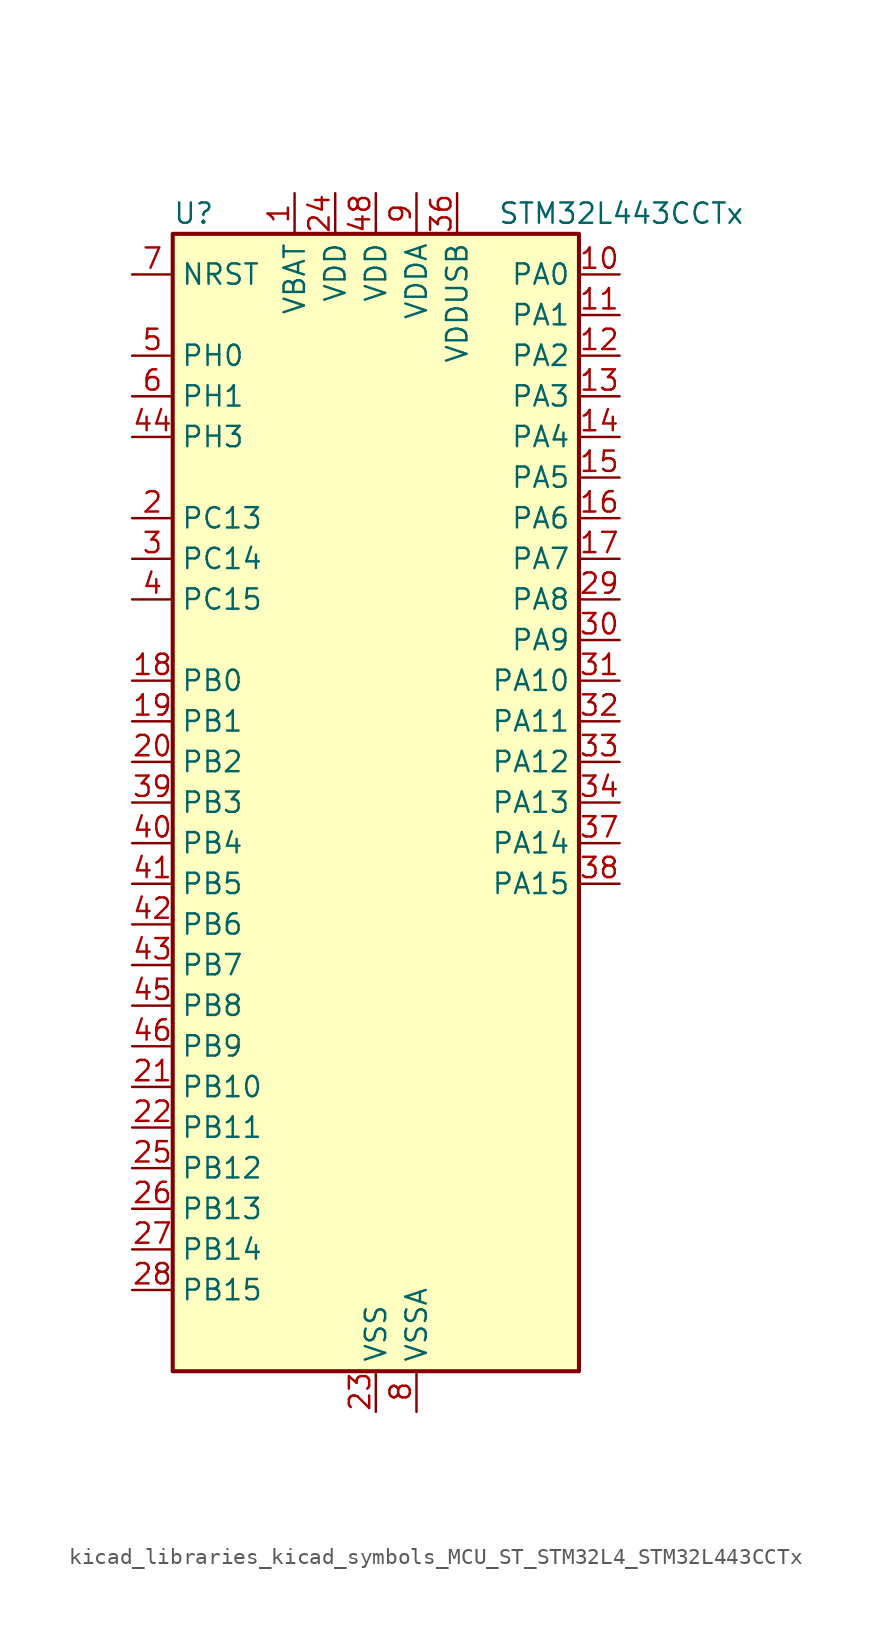
<source format=kicad_sym>
(kicad_symbol_lib
  (version 20220914)
  (generator kicad_symbol_editor)
  (symbol "kicad_libraries_kicad_symbols_MCU_ST_STM32L4_STM32L443CCTx"
    (property "Reference" "U"
      (at -12.7 36.83 0)
      (effects (font (size 1.27 1.27)) (justify left)))
    (property "Value" "STM32L443CCTx"
      (at 7.62 36.83 0)
      (effects (font (size 1.27 1.27)) (justify left)))
    (property "ki_locked" ""
      (at 0 0 0)
      (effects (font (size 1.27 1.27))))
    (symbol "kicad_libraries_kicad_symbols_MCU_ST_STM32L4_STM32L443CCTx_0_1"
      (rectangle (start -12.7 -35.56) (end 12.7 35.56) (stroke (width 0.254) (type default)) (fill (type background))))
    (symbol "kicad_libraries_kicad_symbols_MCU_ST_STM32L4_STM32L443CCTx_1_1"
      (pin power_in line (at -5.08 38.1 270) (length 2.54) (name "VBAT" (effects (font (size 1.27 1.27)))) (number "1" (effects (font (size 1.27 1.27)))))
      (pin bidirectional line (at 15.24 33.02 180) (length 2.54) (name "PA0" (effects (font (size 1.27 1.27)))) (number "10" (effects (font (size 1.27 1.27)))) (alternate "ADC1_IN5" bidirectional line) (alternate "COMP1_INM" bidirectional line) (alternate "COMP1_OUT" bidirectional line) (alternate "OPAMP1_VINP" bidirectional line) (alternate "RTC_TAMP2" bidirectional line) (alternate "SAI1_EXTCLK" bidirectional line) (alternate "SYS_WKUP1" bidirectional line) (alternate "TIM2_CH1" bidirectional line) (alternate "TIM2_ETR" bidirectional line) (alternate "USART2_CTS" bidirectional line))
      (pin bidirectional line (at 15.24 30.48 180) (length 2.54) (name "PA1" (effects (font (size 1.27 1.27)))) (number "11" (effects (font (size 1.27 1.27)))) (alternate "ADC1_IN6" bidirectional line) (alternate "COMP1_INP" bidirectional line) (alternate "I2C1_SMBA" bidirectional line) (alternate "LCD_SEG0" bidirectional line) (alternate "OPAMP1_VINM" bidirectional line) (alternate "SPI1_SCK" bidirectional line) (alternate "TIM15_CH1N" bidirectional line) (alternate "TIM2_CH2" bidirectional line) (alternate "USART2_DE" bidirectional line) (alternate "USART2_RTS" bidirectional line))
      (pin bidirectional line (at 15.24 27.94 180) (length 2.54) (name "PA2" (effects (font (size 1.27 1.27)))) (number "12" (effects (font (size 1.27 1.27)))) (alternate "ADC1_IN7" bidirectional line) (alternate "COMP2_INM" bidirectional line) (alternate "COMP2_OUT" bidirectional line) (alternate "LCD_SEG1" bidirectional line) (alternate "LPUART1_TX" bidirectional line) (alternate "QUADSPI_BK1_NCS" bidirectional line) (alternate "RCC_LSCO" bidirectional line) (alternate "SYS_WKUP4" bidirectional line) (alternate "TIM15_CH1" bidirectional line) (alternate "TIM2_CH3" bidirectional line) (alternate "USART2_TX" bidirectional line))
      (pin bidirectional line (at 15.24 25.4 180) (length 2.54) (name "PA3" (effects (font (size 1.27 1.27)))) (number "13" (effects (font (size 1.27 1.27)))) (alternate "ADC1_IN8" bidirectional line) (alternate "COMP2_INP" bidirectional line) (alternate "LCD_SEG2" bidirectional line) (alternate "LPUART1_RX" bidirectional line) (alternate "OPAMP1_VOUT" bidirectional line) (alternate "QUADSPI_CLK" bidirectional line) (alternate "SAI1_MCLK_A" bidirectional line) (alternate "TIM15_CH2" bidirectional line) (alternate "TIM2_CH4" bidirectional line) (alternate "USART2_RX" bidirectional line))
      (pin bidirectional line (at 15.24 22.86 180) (length 2.54) (name "PA4" (effects (font (size 1.27 1.27)))) (number "14" (effects (font (size 1.27 1.27)))) (alternate "ADC1_IN9" bidirectional line) (alternate "COMP1_INM" bidirectional line) (alternate "COMP2_INM" bidirectional line) (alternate "DAC1_OUT1" bidirectional line) (alternate "LPTIM2_OUT" bidirectional line) (alternate "SAI1_FS_B" bidirectional line) (alternate "SPI1_NSS" bidirectional line) (alternate "SPI3_NSS" bidirectional line) (alternate "USART2_CK" bidirectional line))
      (pin bidirectional line (at 15.24 20.32 180) (length 2.54) (name "PA5" (effects (font (size 1.27 1.27)))) (number "15" (effects (font (size 1.27 1.27)))) (alternate "ADC1_IN10" bidirectional line) (alternate "COMP1_INM" bidirectional line) (alternate "COMP2_INM" bidirectional line) (alternate "DAC1_OUT2" bidirectional line) (alternate "LPTIM2_ETR" bidirectional line) (alternate "SPI1_SCK" bidirectional line) (alternate "TIM2_CH1" bidirectional line) (alternate "TIM2_ETR" bidirectional line))
      (pin bidirectional line (at 15.24 17.78 180) (length 2.54) (name "PA6" (effects (font (size 1.27 1.27)))) (number "16" (effects (font (size 1.27 1.27)))) (alternate "ADC1_IN11" bidirectional line) (alternate "COMP1_OUT" bidirectional line) (alternate "LCD_SEG3" bidirectional line) (alternate "LPUART1_CTS" bidirectional line) (alternate "QUADSPI_BK1_IO3" bidirectional line) (alternate "SPI1_MISO" bidirectional line) (alternate "TIM16_CH1" bidirectional line) (alternate "TIM1_BKIN" bidirectional line) (alternate "TIM1_BKIN_COMP2" bidirectional line) (alternate "USART3_CTS" bidirectional line))
      (pin bidirectional line (at 15.24 15.24 180) (length 2.54) (name "PA7" (effects (font (size 1.27 1.27)))) (number "17" (effects (font (size 1.27 1.27)))) (alternate "ADC1_IN12" bidirectional line) (alternate "COMP2_OUT" bidirectional line) (alternate "I2C3_SCL" bidirectional line) (alternate "LCD_SEG4" bidirectional line) (alternate "QUADSPI_BK1_IO2" bidirectional line) (alternate "SPI1_MOSI" bidirectional line) (alternate "TIM1_CH1N" bidirectional line))
      (pin bidirectional line (at -15.24 7.62 0) (length 2.54) (name "PB0" (effects (font (size 1.27 1.27)))) (number "18" (effects (font (size 1.27 1.27)))) (alternate "ADC1_IN15" bidirectional line) (alternate "COMP1_OUT" bidirectional line) (alternate "LCD_SEG5" bidirectional line) (alternate "QUADSPI_BK1_IO1" bidirectional line) (alternate "SAI1_EXTCLK" bidirectional line) (alternate "SPI1_NSS" bidirectional line) (alternate "TIM1_CH2N" bidirectional line) (alternate "USART3_CK" bidirectional line))
      (pin bidirectional line (at -15.24 5.08 0) (length 2.54) (name "PB1" (effects (font (size 1.27 1.27)))) (number "19" (effects (font (size 1.27 1.27)))) (alternate "ADC1_IN16" bidirectional line) (alternate "COMP1_INM" bidirectional line) (alternate "LCD_SEG6" bidirectional line) (alternate "LPTIM2_IN1" bidirectional line) (alternate "LPUART1_DE" bidirectional line) (alternate "LPUART1_RTS" bidirectional line) (alternate "QUADSPI_BK1_IO0" bidirectional line) (alternate "TIM1_CH3N" bidirectional line) (alternate "USART3_DE" bidirectional line) (alternate "USART3_RTS" bidirectional line))
      (pin bidirectional line (at -15.24 17.78 0) (length 2.54) (name "PC13" (effects (font (size 1.27 1.27)))) (number "2" (effects (font (size 1.27 1.27)))) (alternate "RTC_OUT_ALARM" bidirectional line) (alternate "RTC_OUT_CALIB" bidirectional line) (alternate "RTC_TAMP1" bidirectional line) (alternate "RTC_TS" bidirectional line) (alternate "SYS_WKUP2" bidirectional line))
      (pin bidirectional line (at -15.24 2.54 0) (length 2.54) (name "PB2" (effects (font (size 1.27 1.27)))) (number "20" (effects (font (size 1.27 1.27)))) (alternate "COMP1_INP" bidirectional line) (alternate "I2C3_SMBA" bidirectional line) (alternate "LCD_VLCD" bidirectional line) (alternate "LPTIM1_OUT" bidirectional line) (alternate "RTC_OUT_ALARM" bidirectional line) (alternate "RTC_OUT_CALIB" bidirectional line))
      (pin bidirectional line (at -15.24 -17.78 0) (length 2.54) (name "PB10" (effects (font (size 1.27 1.27)))) (number "21" (effects (font (size 1.27 1.27)))) (alternate "COMP1_OUT" bidirectional line) (alternate "I2C2_SCL" bidirectional line) (alternate "LCD_SEG10" bidirectional line) (alternate "LPUART1_RX" bidirectional line) (alternate "QUADSPI_CLK" bidirectional line) (alternate "SAI1_SCK_A" bidirectional line) (alternate "SPI2_SCK" bidirectional line) (alternate "TIM2_CH3" bidirectional line) (alternate "TSC_SYNC" bidirectional line) (alternate "USART3_TX" bidirectional line))
      (pin bidirectional line (at -15.24 -20.32 0) (length 2.54) (name "PB11" (effects (font (size 1.27 1.27)))) (number "22" (effects (font (size 1.27 1.27)))) (alternate "ADC1_EXTI11" bidirectional line) (alternate "COMP2_OUT" bidirectional line) (alternate "I2C2_SDA" bidirectional line) (alternate "LCD_SEG11" bidirectional line) (alternate "LPUART1_TX" bidirectional line) (alternate "QUADSPI_BK1_NCS" bidirectional line) (alternate "TIM2_CH4" bidirectional line) (alternate "USART3_RX" bidirectional line))
      (pin power_in line (at 0 -38.1 90) (length 2.54) (name "VSS" (effects (font (size 1.27 1.27)))) (number "23" (effects (font (size 1.27 1.27)))))
      (pin power_in line (at -2.54 38.1 270) (length 2.54) (name "VDD" (effects (font (size 1.27 1.27)))) (number "24" (effects (font (size 1.27 1.27)))))
      (pin bidirectional line (at -15.24 -22.86 0) (length 2.54) (name "PB12" (effects (font (size 1.27 1.27)))) (number "25" (effects (font (size 1.27 1.27)))) (alternate "I2C2_SMBA" bidirectional line) (alternate "LCD_SEG12" bidirectional line) (alternate "LPUART1_DE" bidirectional line) (alternate "LPUART1_RTS" bidirectional line) (alternate "SAI1_FS_A" bidirectional line) (alternate "SPI2_NSS" bidirectional line) (alternate "SWPMI1_IO" bidirectional line) (alternate "TIM15_BKIN" bidirectional line) (alternate "TIM1_BKIN" bidirectional line) (alternate "TIM1_BKIN_COMP2" bidirectional line) (alternate "TSC_G1_IO1" bidirectional line) (alternate "USART3_CK" bidirectional line))
      (pin bidirectional line (at -15.24 -25.4 0) (length 2.54) (name "PB13" (effects (font (size 1.27 1.27)))) (number "26" (effects (font (size 1.27 1.27)))) (alternate "I2C2_SCL" bidirectional line) (alternate "LCD_SEG13" bidirectional line) (alternate "LPUART1_CTS" bidirectional line) (alternate "SAI1_SCK_A" bidirectional line) (alternate "SPI2_SCK" bidirectional line) (alternate "SWPMI1_TX" bidirectional line) (alternate "TIM15_CH1N" bidirectional line) (alternate "TIM1_CH1N" bidirectional line) (alternate "TSC_G1_IO2" bidirectional line) (alternate "USART3_CTS" bidirectional line))
      (pin bidirectional line (at -15.24 -27.94 0) (length 2.54) (name "PB14" (effects (font (size 1.27 1.27)))) (number "27" (effects (font (size 1.27 1.27)))) (alternate "I2C2_SDA" bidirectional line) (alternate "LCD_SEG14" bidirectional line) (alternate "SAI1_MCLK_A" bidirectional line) (alternate "SPI2_MISO" bidirectional line) (alternate "SWPMI1_RX" bidirectional line) (alternate "TIM15_CH1" bidirectional line) (alternate "TIM1_CH2N" bidirectional line) (alternate "TSC_G1_IO3" bidirectional line) (alternate "USART3_DE" bidirectional line) (alternate "USART3_RTS" bidirectional line))
      (pin bidirectional line (at -15.24 -30.48 0) (length 2.54) (name "PB15" (effects (font (size 1.27 1.27)))) (number "28" (effects (font (size 1.27 1.27)))) (alternate "ADC1_EXTI15" bidirectional line) (alternate "LCD_SEG15" bidirectional line) (alternate "RTC_REFIN" bidirectional line) (alternate "SAI1_SD_A" bidirectional line) (alternate "SPI2_MOSI" bidirectional line) (alternate "SWPMI1_SUSPEND" bidirectional line) (alternate "TIM15_CH2" bidirectional line) (alternate "TIM1_CH3N" bidirectional line) (alternate "TSC_G1_IO4" bidirectional line))
      (pin bidirectional line (at 15.24 12.7 180) (length 2.54) (name "PA8" (effects (font (size 1.27 1.27)))) (number "29" (effects (font (size 1.27 1.27)))) (alternate "LCD_COM0" bidirectional line) (alternate "LPTIM2_OUT" bidirectional line) (alternate "RCC_MCO" bidirectional line) (alternate "SAI1_SCK_A" bidirectional line) (alternate "SWPMI1_IO" bidirectional line) (alternate "TIM1_CH1" bidirectional line) (alternate "USART1_CK" bidirectional line))
      (pin bidirectional line (at -15.24 15.24 0) (length 2.54) (name "PC14" (effects (font (size 1.27 1.27)))) (number "3" (effects (font (size 1.27 1.27)))) (alternate "RCC_OSC32_IN" bidirectional line))
      (pin bidirectional line (at 15.24 10.16 180) (length 2.54) (name "PA9" (effects (font (size 1.27 1.27)))) (number "30" (effects (font (size 1.27 1.27)))) (alternate "DAC1_EXTI9" bidirectional line) (alternate "I2C1_SCL" bidirectional line) (alternate "LCD_COM1" bidirectional line) (alternate "SAI1_FS_A" bidirectional line) (alternate "TIM15_BKIN" bidirectional line) (alternate "TIM1_CH2" bidirectional line) (alternate "USART1_TX" bidirectional line))
      (pin bidirectional line (at 15.24 7.62 180) (length 2.54) (name "PA10" (effects (font (size 1.27 1.27)))) (number "31" (effects (font (size 1.27 1.27)))) (alternate "CRS_SYNC" bidirectional line) (alternate "I2C1_SDA" bidirectional line) (alternate "LCD_COM2" bidirectional line) (alternate "SAI1_SD_A" bidirectional line) (alternate "TIM1_CH3" bidirectional line) (alternate "USART1_RX" bidirectional line))
      (pin bidirectional line (at 15.24 5.08 180) (length 2.54) (name "PA11" (effects (font (size 1.27 1.27)))) (number "32" (effects (font (size 1.27 1.27)))) (alternate "ADC1_EXTI11" bidirectional line) (alternate "CAN1_RX" bidirectional line) (alternate "COMP1_OUT" bidirectional line) (alternate "SPI1_MISO" bidirectional line) (alternate "TIM1_BKIN2" bidirectional line) (alternate "TIM1_BKIN2_COMP1" bidirectional line) (alternate "TIM1_CH4" bidirectional line) (alternate "USART1_CTS" bidirectional line) (alternate "USB_DM" bidirectional line))
      (pin bidirectional line (at 15.24 2.54 180) (length 2.54) (name "PA12" (effects (font (size 1.27 1.27)))) (number "33" (effects (font (size 1.27 1.27)))) (alternate "CAN1_TX" bidirectional line) (alternate "SPI1_MOSI" bidirectional line) (alternate "TIM1_ETR" bidirectional line) (alternate "USART1_DE" bidirectional line) (alternate "USART1_RTS" bidirectional line) (alternate "USB_DP" bidirectional line))
      (pin bidirectional line (at 15.24 0 180) (length 2.54) (name "PA13" (effects (font (size 1.27 1.27)))) (number "34" (effects (font (size 1.27 1.27)))) (alternate "IR_OUT" bidirectional line) (alternate "SAI1_SD_B" bidirectional line) (alternate "SWPMI1_TX" bidirectional line) (alternate "SYS_JTMS-SWDIO" bidirectional line) (alternate "USB_NOE" bidirectional line))
      (pin passive line (at 0 -38.1 90) (length 2.54) hide (name "VSS" (effects (font (size 1.27 1.27)))) (number "35" (effects (font (size 1.27 1.27)))))
      (pin power_in line (at 5.08 38.1 270) (length 2.54) (name "VDDUSB" (effects (font (size 1.27 1.27)))) (number "36" (effects (font (size 1.27 1.27)))))
      (pin bidirectional line (at 15.24 -2.54 180) (length 2.54) (name "PA14" (effects (font (size 1.27 1.27)))) (number "37" (effects (font (size 1.27 1.27)))) (alternate "I2C1_SMBA" bidirectional line) (alternate "LPTIM1_OUT" bidirectional line) (alternate "SAI1_FS_B" bidirectional line) (alternate "SWPMI1_RX" bidirectional line) (alternate "SYS_JTCK-SWCLK" bidirectional line))
      (pin bidirectional line (at 15.24 -5.08 180) (length 2.54) (name "PA15" (effects (font (size 1.27 1.27)))) (number "38" (effects (font (size 1.27 1.27)))) (alternate "ADC1_EXTI15" bidirectional line) (alternate "LCD_SEG17" bidirectional line) (alternate "SPI1_NSS" bidirectional line) (alternate "SPI3_NSS" bidirectional line) (alternate "SWPMI1_SUSPEND" bidirectional line) (alternate "SYS_JTDI" bidirectional line) (alternate "TIM2_CH1" bidirectional line) (alternate "TIM2_ETR" bidirectional line) (alternate "USART2_RX" bidirectional line) (alternate "USART3_DE" bidirectional line) (alternate "USART3_RTS" bidirectional line))
      (pin bidirectional line (at -15.24 0 0) (length 2.54) (name "PB3" (effects (font (size 1.27 1.27)))) (number "39" (effects (font (size 1.27 1.27)))) (alternate "COMP2_INM" bidirectional line) (alternate "LCD_SEG7" bidirectional line) (alternate "SAI1_SCK_B" bidirectional line) (alternate "SPI1_SCK" bidirectional line) (alternate "SPI3_SCK" bidirectional line) (alternate "SYS_JTDO-SWO" bidirectional line) (alternate "TIM2_CH2" bidirectional line) (alternate "USART1_DE" bidirectional line) (alternate "USART1_RTS" bidirectional line))
      (pin bidirectional line (at -15.24 12.7 0) (length 2.54) (name "PC15" (effects (font (size 1.27 1.27)))) (number "4" (effects (font (size 1.27 1.27)))) (alternate "ADC1_EXTI15" bidirectional line) (alternate "RCC_OSC32_OUT" bidirectional line))
      (pin bidirectional line (at -15.24 -2.54 0) (length 2.54) (name "PB4" (effects (font (size 1.27 1.27)))) (number "40" (effects (font (size 1.27 1.27)))) (alternate "COMP2_INP" bidirectional line) (alternate "I2C3_SDA" bidirectional line) (alternate "LCD_SEG8" bidirectional line) (alternate "SAI1_MCLK_B" bidirectional line) (alternate "SPI1_MISO" bidirectional line) (alternate "SPI3_MISO" bidirectional line) (alternate "SYS_JTRST" bidirectional line) (alternate "TSC_G2_IO1" bidirectional line) (alternate "USART1_CTS" bidirectional line))
      (pin bidirectional line (at -15.24 -5.08 0) (length 2.54) (name "PB5" (effects (font (size 1.27 1.27)))) (number "41" (effects (font (size 1.27 1.27)))) (alternate "COMP2_OUT" bidirectional line) (alternate "I2C1_SMBA" bidirectional line) (alternate "LCD_SEG9" bidirectional line) (alternate "LPTIM1_IN1" bidirectional line) (alternate "SAI1_SD_B" bidirectional line) (alternate "SPI1_MOSI" bidirectional line) (alternate "SPI3_MOSI" bidirectional line) (alternate "TIM16_BKIN" bidirectional line) (alternate "TSC_G2_IO2" bidirectional line) (alternate "USART1_CK" bidirectional line))
      (pin bidirectional line (at -15.24 -7.62 0) (length 2.54) (name "PB6" (effects (font (size 1.27 1.27)))) (number "42" (effects (font (size 1.27 1.27)))) (alternate "COMP2_INP" bidirectional line) (alternate "I2C1_SCL" bidirectional line) (alternate "LPTIM1_ETR" bidirectional line) (alternate "SAI1_FS_B" bidirectional line) (alternate "TIM16_CH1N" bidirectional line) (alternate "TSC_G2_IO3" bidirectional line) (alternate "USART1_TX" bidirectional line))
      (pin bidirectional line (at -15.24 -10.16 0) (length 2.54) (name "PB7" (effects (font (size 1.27 1.27)))) (number "43" (effects (font (size 1.27 1.27)))) (alternate "COMP2_INM" bidirectional line) (alternate "I2C1_SDA" bidirectional line) (alternate "LCD_SEG21" bidirectional line) (alternate "LPTIM1_IN2" bidirectional line) (alternate "SYS_PVD_IN" bidirectional line) (alternate "TSC_G2_IO4" bidirectional line) (alternate "USART1_RX" bidirectional line))
      (pin bidirectional line (at -15.24 22.86 0) (length 2.54) (name "PH3" (effects (font (size 1.27 1.27)))) (number "44" (effects (font (size 1.27 1.27)))))
      (pin bidirectional line (at -15.24 -12.7 0) (length 2.54) (name "PB8" (effects (font (size 1.27 1.27)))) (number "45" (effects (font (size 1.27 1.27)))) (alternate "CAN1_RX" bidirectional line) (alternate "I2C1_SCL" bidirectional line) (alternate "LCD_SEG16" bidirectional line) (alternate "SAI1_MCLK_A" bidirectional line) (alternate "TIM16_CH1" bidirectional line))
      (pin bidirectional line (at -15.24 -15.24 0) (length 2.54) (name "PB9" (effects (font (size 1.27 1.27)))) (number "46" (effects (font (size 1.27 1.27)))) (alternate "CAN1_TX" bidirectional line) (alternate "DAC1_EXTI9" bidirectional line) (alternate "I2C1_SDA" bidirectional line) (alternate "IR_OUT" bidirectional line) (alternate "LCD_COM3" bidirectional line) (alternate "SAI1_FS_A" bidirectional line) (alternate "SPI2_NSS" bidirectional line))
      (pin passive line (at 0 -38.1 90) (length 2.54) hide (name "VSS" (effects (font (size 1.27 1.27)))) (number "47" (effects (font (size 1.27 1.27)))))
      (pin power_in line (at 0 38.1 270) (length 2.54) (name "VDD" (effects (font (size 1.27 1.27)))) (number "48" (effects (font (size 1.27 1.27)))))
      (pin bidirectional line (at -15.24 27.94 0) (length 2.54) (name "PH0" (effects (font (size 1.27 1.27)))) (number "5" (effects (font (size 1.27 1.27)))) (alternate "RCC_OSC_IN" bidirectional line))
      (pin bidirectional line (at -15.24 25.4 0) (length 2.54) (name "PH1" (effects (font (size 1.27 1.27)))) (number "6" (effects (font (size 1.27 1.27)))) (alternate "RCC_OSC_OUT" bidirectional line))
      (pin input line (at -15.24 33.02 0) (length 2.54) (name "NRST" (effects (font (size 1.27 1.27)))) (number "7" (effects (font (size 1.27 1.27)))))
      (pin power_in line (at 2.54 -38.1 90) (length 2.54) (name "VSSA" (effects (font (size 1.27 1.27)))) (number "8" (effects (font (size 1.27 1.27)))))
      (pin power_in line (at 2.54 38.1 270) (length 2.54) (name "VDDA" (effects (font (size 1.27 1.27)))) (number "9" (effects (font (size 1.27 1.27))))))))
</source>
